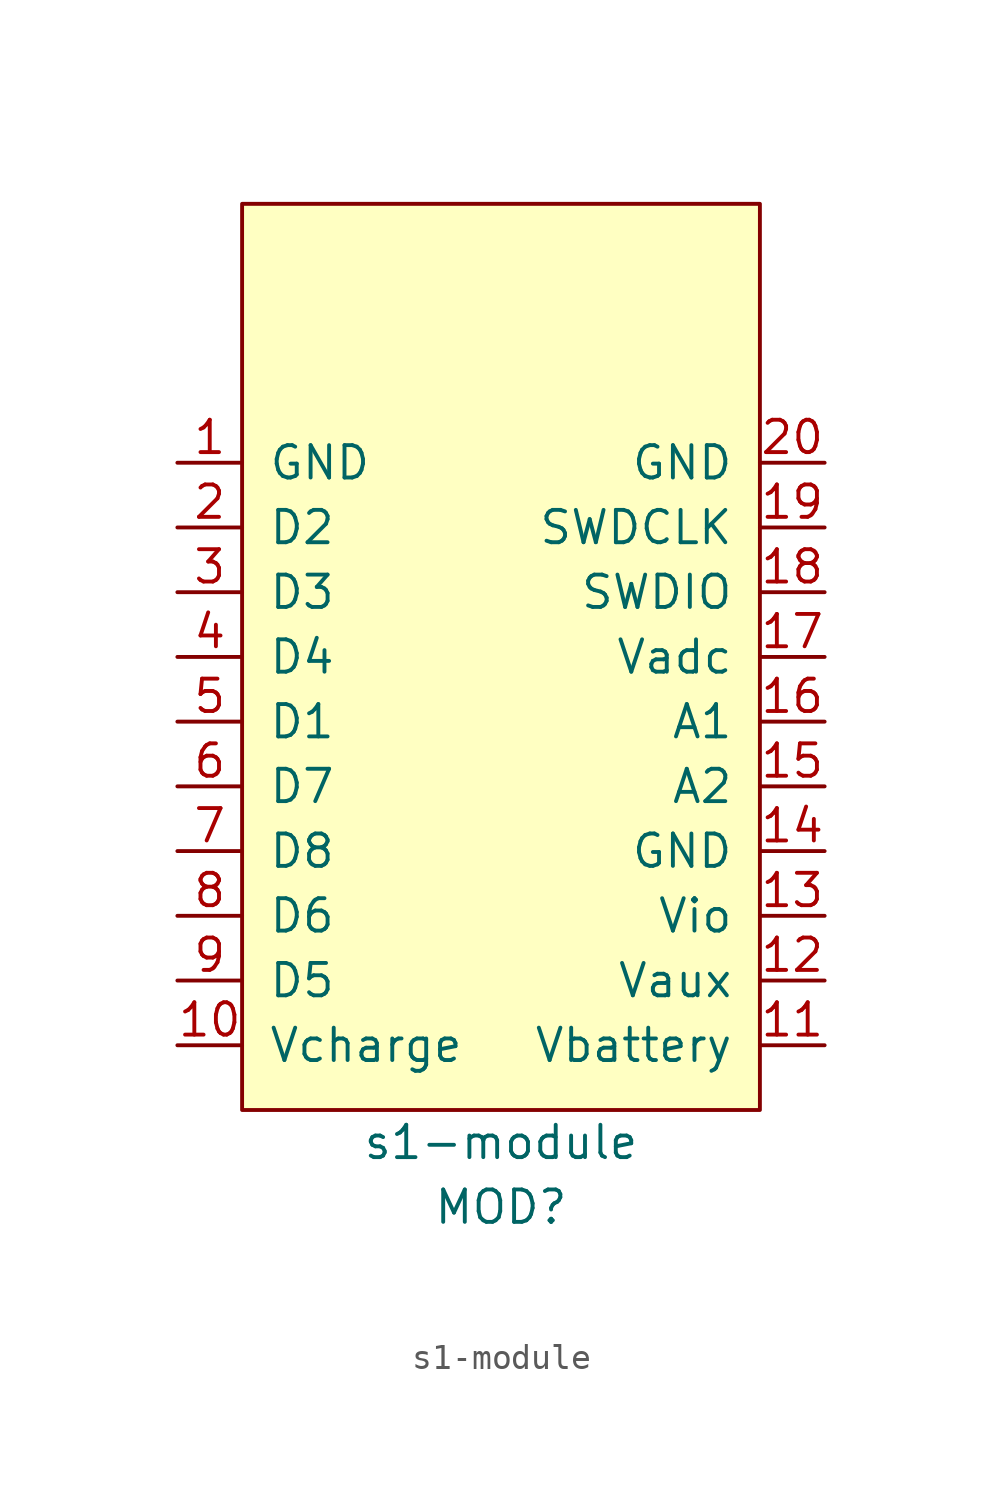
<source format=kicad_sym>
(kicad_symbol_lib
  (version 20211014)
  (generator kicad_symbol_editor)
  (symbol "s1-module"
    (pin_names
      (offset 1.016))
    (property "Reference" "MOD"
      (at 0 -17.78 0)
      (effects (font (size 1.27 1.27))))
    (property "Value" "s1-module"
      (at 0 -15.24 0)
      (effects (font (size 1.27 1.27))))
    (symbol "s1-module_0_1"
      (rectangle (start -10.16 21.59) (end 10.16 -13.97) (stroke (width 0) (type default) (color 0 0 0 0)) (fill (type background))))
    (symbol "s1-module_1_1"
      (pin power_in line (at -12.7 11.43 0) (length 2.54) (name "GND" (effects (font (size 1.27 1.27)))) (number "1" (effects (font (size 1.27 1.27)))))
      (pin power_in line (at -12.7 -11.43 0) (length 2.54) (name "Vcharge" (effects (font (size 1.27 1.27)))) (number "10" (effects (font (size 1.27 1.27)))))
      (pin power_in line (at 12.7 -11.43 180) (length 2.54) (name "Vbattery" (effects (font (size 1.27 1.27)))) (number "11" (effects (font (size 1.27 1.27)))))
      (pin power_out line (at 12.7 -8.89 180) (length 2.54) (name "Vaux" (effects (font (size 1.27 1.27)))) (number "12" (effects (font (size 1.27 1.27)))))
      (pin power_out line (at 12.7 -6.35 180) (length 2.54) (name "Vio" (effects (font (size 1.27 1.27)))) (number "13" (effects (font (size 1.27 1.27)))))
      (pin power_in line (at 12.7 -3.81 180) (length 2.54) (name "GND" (effects (font (size 1.27 1.27)))) (number "14" (effects (font (size 1.27 1.27)))))
      (pin bidirectional line (at 12.7 -1.27 180) (length 2.54) (name "A2" (effects (font (size 1.27 1.27)))) (number "15" (effects (font (size 1.27 1.27)))))
      (pin bidirectional line (at 12.7 1.27 180) (length 2.54) (name "A1" (effects (font (size 1.27 1.27)))) (number "16" (effects (font (size 1.27 1.27)))))
      (pin power_out line (at 12.7 3.81 180) (length 2.54) (name "Vadc" (effects (font (size 1.27 1.27)))) (number "17" (effects (font (size 1.27 1.27)))))
      (pin bidirectional line (at 12.7 6.35 180) (length 2.54) (name "SWDIO" (effects (font (size 1.27 1.27)))) (number "18" (effects (font (size 1.27 1.27)))))
      (pin input line (at 12.7 8.89 180) (length 2.54) (name "SWDCLK" (effects (font (size 1.27 1.27)))) (number "19" (effects (font (size 1.27 1.27)))))
      (pin bidirectional line (at -12.7 8.89 0) (length 2.54) (name "D2" (effects (font (size 1.27 1.27)))) (number "2" (effects (font (size 1.27 1.27)))))
      (pin power_in line (at 12.7 11.43 180) (length 2.54) (name "GND" (effects (font (size 1.27 1.27)))) (number "20" (effects (font (size 1.27 1.27)))))
      (pin bidirectional line (at -12.7 6.35 0) (length 2.54) (name "D3" (effects (font (size 1.27 1.27)))) (number "3" (effects (font (size 1.27 1.27)))))
      (pin bidirectional line (at -12.7 3.81 0) (length 2.54) (name "D4" (effects (font (size 1.27 1.27)))) (number "4" (effects (font (size 1.27 1.27)))))
      (pin bidirectional line (at -12.7 1.27 0) (length 2.54) (name "D1" (effects (font (size 1.27 1.27)))) (number "5" (effects (font (size 1.27 1.27)))))
      (pin bidirectional line (at -12.7 -1.27 0) (length 2.54) (name "D7" (effects (font (size 1.27 1.27)))) (number "6" (effects (font (size 1.27 1.27)))))
      (pin bidirectional line (at -12.7 -3.81 0) (length 2.54) (name "D8" (effects (font (size 1.27 1.27)))) (number "7" (effects (font (size 1.27 1.27)))))
      (pin bidirectional line (at -12.7 -6.35 0) (length 2.54) (name "D6" (effects (font (size 1.27 1.27)))) (number "8" (effects (font (size 1.27 1.27)))))
      (pin bidirectional line (at -12.7 -8.89 0) (length 2.54) (name "D5" (effects (font (size 1.27 1.27)))) (number "9" (effects (font (size 1.27 1.27))))))))
</source>
